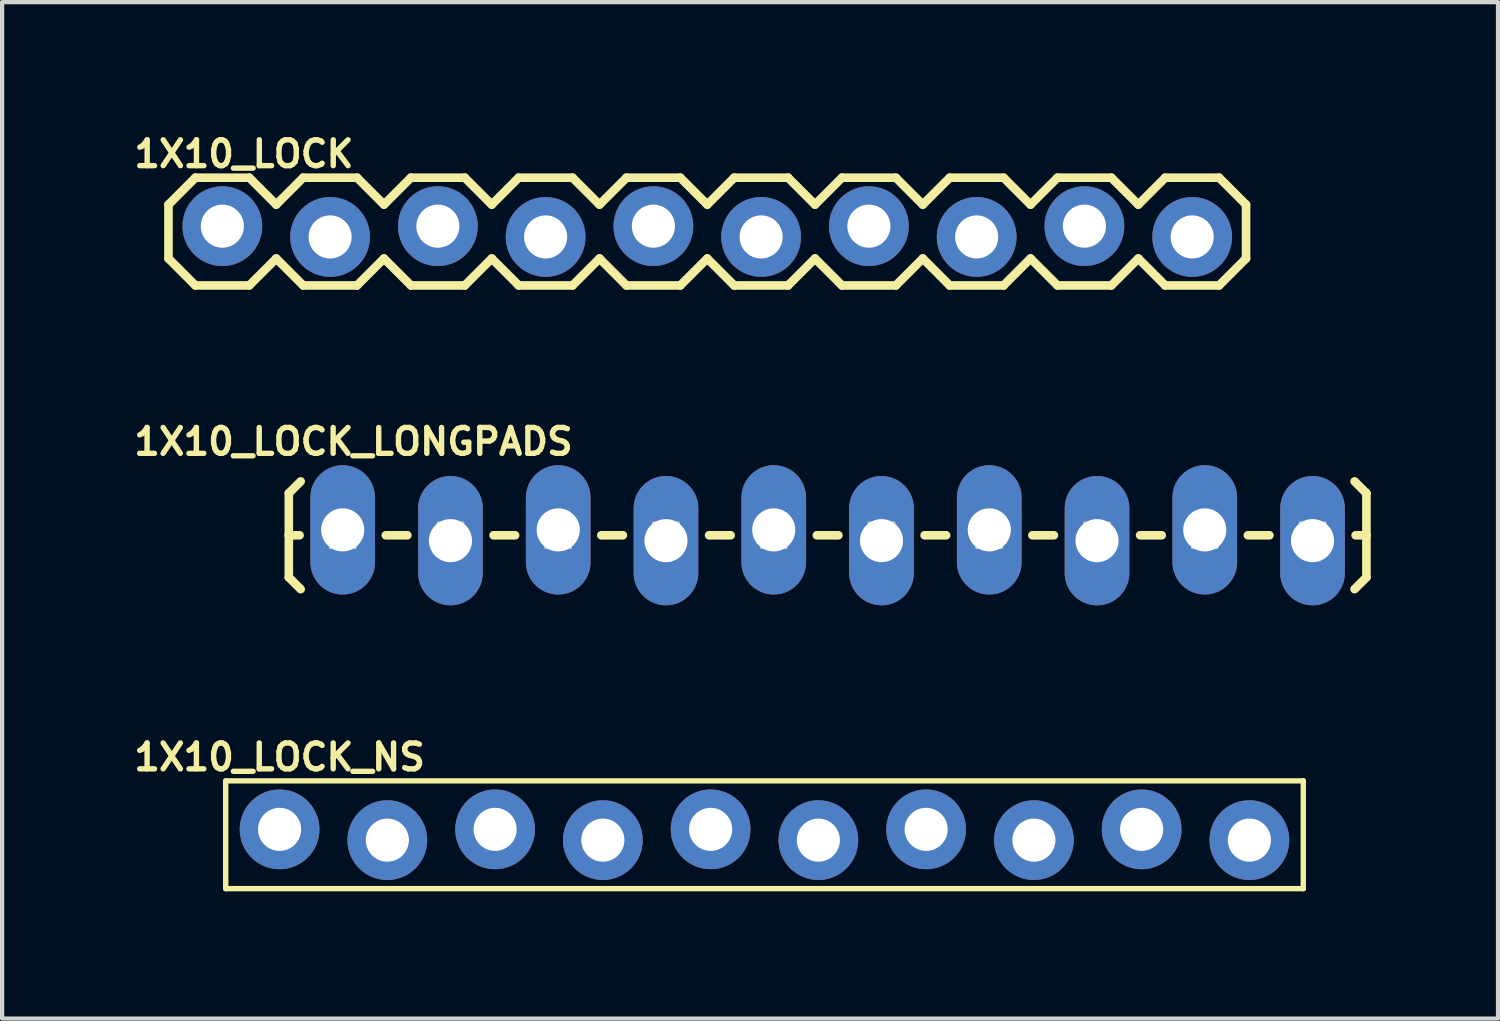
<source format=kicad_pcb>
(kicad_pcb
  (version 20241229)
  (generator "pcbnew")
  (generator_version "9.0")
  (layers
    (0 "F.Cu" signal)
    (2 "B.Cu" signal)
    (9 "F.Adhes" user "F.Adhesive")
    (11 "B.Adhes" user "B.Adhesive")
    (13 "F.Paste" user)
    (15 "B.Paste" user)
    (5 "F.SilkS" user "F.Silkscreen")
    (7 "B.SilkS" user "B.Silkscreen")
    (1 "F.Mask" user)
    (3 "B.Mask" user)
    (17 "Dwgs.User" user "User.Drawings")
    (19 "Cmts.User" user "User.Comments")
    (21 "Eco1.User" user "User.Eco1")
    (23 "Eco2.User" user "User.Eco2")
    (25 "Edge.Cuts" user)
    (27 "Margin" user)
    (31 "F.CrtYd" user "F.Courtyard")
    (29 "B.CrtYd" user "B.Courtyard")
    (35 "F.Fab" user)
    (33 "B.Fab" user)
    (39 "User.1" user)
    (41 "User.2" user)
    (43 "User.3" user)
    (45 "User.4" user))
  (footprint "1X10_LOCK"
    (layer "F.Cu")
    (at 2.191 2.408)
    (property "Reference" "1X10_LOCK" (at 0.508 -1.829 0) (layer "F.SilkS") (effects (font (size 0.61 0.61) (thickness 0.127))))
    (attr exclude_from_pos_files exclude_from_bom)
    (fp_line (start -1.27 -0.635) (end -1.27 0.635) (stroke (width 0.203) (type solid)) (layer "F.SilkS"))
    (fp_line (start -1.27 0.635) (end -0.635 1.27) (stroke (width 0.203) (type solid)) (layer "F.SilkS"))
    (fp_line (start -0.635 -1.27) (end -1.27 -0.635) (stroke (width 0.203) (type solid)) (layer "F.SilkS"))
    (fp_line (start -0.635 -1.27) (end 0.635 -1.27) (stroke (width 0.203) (type solid)) (layer "F.SilkS"))
    (fp_line (start 0.635 -1.27) (end 1.27 -0.635) (stroke (width 0.203) (type solid)) (layer "F.SilkS"))
    (fp_line (start 0.635 1.27) (end -0.635 1.27) (stroke (width 0.203) (type solid)) (layer "F.SilkS"))
    (fp_line (start 1.27 -0.635) (end 1.905 -1.27) (stroke (width 0.203) (type solid)) (layer "F.SilkS"))
    (fp_line (start 1.27 0.635) (end 0.635 1.27) (stroke (width 0.203) (type solid)) (layer "F.SilkS"))
    (fp_line (start 1.905 -1.27) (end 3.175 -1.27) (stroke (width 0.203) (type solid)) (layer "F.SilkS"))
    (fp_line (start 1.905 1.27) (end 1.27 0.635) (stroke (width 0.203) (type solid)) (layer "F.SilkS"))
    (fp_line (start 3.175 -1.27) (end 3.81 -0.635) (stroke (width 0.203) (type solid)) (layer "F.SilkS"))
    (fp_line (start 3.175 1.27) (end 1.905 1.27) (stroke (width 0.203) (type solid)) (layer "F.SilkS"))
    (fp_line (start 3.81 -0.635) (end 4.445 -1.27) (stroke (width 0.203) (type solid)) (layer "F.SilkS"))
    (fp_line (start 3.81 0.635) (end 3.175 1.27) (stroke (width 0.203) (type solid)) (layer "F.SilkS"))
    (fp_line (start 4.445 -1.27) (end 5.715 -1.27) (stroke (width 0.203) (type solid)) (layer "F.SilkS"))
    (fp_line (start 4.445 1.27) (end 3.81 0.635) (stroke (width 0.203) (type solid)) (layer "F.SilkS"))
    (fp_line (start 5.715 -1.27) (end 6.35 -0.635) (stroke (width 0.203) (type solid)) (layer "F.SilkS"))
    (fp_line (start 5.715 1.27) (end 4.445 1.27) (stroke (width 0.203) (type solid)) (layer "F.SilkS"))
    (fp_line (start 6.35 0.635) (end 5.715 1.27) (stroke (width 0.203) (type solid)) (layer "F.SilkS"))
    (fp_line (start 6.35 0.635) (end 6.985 1.27) (stroke (width 0.203) (type solid)) (layer "F.SilkS"))
    (fp_line (start 6.985 -1.27) (end 6.35 -0.635) (stroke (width 0.203) (type solid)) (layer "F.SilkS"))
    (fp_line (start 6.985 -1.27) (end 8.255 -1.27) (stroke (width 0.203) (type solid)) (layer "F.SilkS"))
    (fp_line (start 8.255 -1.27) (end 8.89 -0.635) (stroke (width 0.203) (type solid)) (layer "F.SilkS"))
    (fp_line (start 8.255 1.27) (end 6.985 1.27) (stroke (width 0.203) (type solid)) (layer "F.SilkS"))
    (fp_line (start 8.89 -0.635) (end 9.525 -1.27) (stroke (width 0.203) (type solid)) (layer "F.SilkS"))
    (fp_line (start 8.89 0.635) (end 8.255 1.27) (stroke (width 0.203) (type solid)) (layer "F.SilkS"))
    (fp_line (start 9.525 -1.27) (end 10.795 -1.27) (stroke (width 0.203) (type solid)) (layer "F.SilkS"))
    (fp_line (start 9.525 1.27) (end 8.89 0.635) (stroke (width 0.203) (type solid)) (layer "F.SilkS"))
    (fp_line (start 10.795 -1.27) (end 11.43 -0.635) (stroke (width 0.203) (type solid)) (layer "F.SilkS"))
    (fp_line (start 10.795 1.27) (end 9.525 1.27) (stroke (width 0.203) (type solid)) (layer "F.SilkS"))
    (fp_line (start 11.43 -0.635) (end 12.065 -1.27) (stroke (width 0.203) (type solid)) (layer "F.SilkS"))
    (fp_line (start 11.43 0.635) (end 10.795 1.27) (stroke (width 0.203) (type solid)) (layer "F.SilkS"))
    (fp_line (start 12.065 -1.27) (end 13.335 -1.27) (stroke (width 0.203) (type solid)) (layer "F.SilkS"))
    (fp_line (start 12.065 1.27) (end 11.43 0.635) (stroke (width 0.203) (type solid)) (layer "F.SilkS"))
    (fp_line (start 13.335 -1.27) (end 13.97 -0.635) (stroke (width 0.203) (type solid)) (layer "F.SilkS"))
    (fp_line (start 13.335 1.27) (end 12.065 1.27) (stroke (width 0.203) (type solid)) (layer "F.SilkS"))
    (fp_line (start 13.97 0.635) (end 13.335 1.27) (stroke (width 0.203) (type solid)) (layer "F.SilkS"))
    (fp_line (start 13.97 0.635) (end 14.605 1.27) (stroke (width 0.203) (type solid)) (layer "F.SilkS"))
    (fp_line (start 14.605 -1.27) (end 13.97 -0.635) (stroke (width 0.203) (type solid)) (layer "F.SilkS"))
    (fp_line (start 14.605 -1.27) (end 15.875 -1.27) (stroke (width 0.203) (type solid)) (layer "F.SilkS"))
    (fp_line (start 15.875 -1.27) (end 16.51 -0.635) (stroke (width 0.203) (type solid)) (layer "F.SilkS"))
    (fp_line (start 15.875 1.27) (end 14.605 1.27) (stroke (width 0.203) (type solid)) (layer "F.SilkS"))
    (fp_line (start 16.51 0.635) (end 15.875 1.27) (stroke (width 0.203) (type solid)) (layer "F.SilkS"))
    (fp_line (start 16.51 0.635) (end 17.145 1.27) (stroke (width 0.203) (type solid)) (layer "F.SilkS"))
    (fp_line (start 17.145 -1.27) (end 16.51 -0.635) (stroke (width 0.203) (type solid)) (layer "F.SilkS"))
    (fp_line (start 17.145 -1.27) (end 18.415 -1.27) (stroke (width 0.203) (type solid)) (layer "F.SilkS"))
    (fp_line (start 18.415 -1.27) (end 19.05 -0.635) (stroke (width 0.203) (type solid)) (layer "F.SilkS"))
    (fp_line (start 18.415 1.27) (end 17.145 1.27) (stroke (width 0.203) (type solid)) (layer "F.SilkS"))
    (fp_line (start 19.05 0.635) (end 18.415 1.27) (stroke (width 0.203) (type solid)) (layer "F.SilkS"))
    (fp_line (start 19.05 0.635) (end 19.685 1.27) (stroke (width 0.203) (type solid)) (layer "F.SilkS"))
    (fp_line (start 19.685 -1.27) (end 19.05 -0.635) (stroke (width 0.203) (type solid)) (layer "F.SilkS"))
    (fp_line (start 19.685 -1.27) (end 20.955 -1.27) (stroke (width 0.203) (type solid)) (layer "F.SilkS"))
    (fp_line (start 20.955 -1.27) (end 21.59 -0.635) (stroke (width 0.203) (type solid)) (layer "F.SilkS"))
    (fp_line (start 20.955 1.27) (end 19.685 1.27) (stroke (width 0.203) (type solid)) (layer "F.SilkS"))
    (fp_line (start 21.59 0.635) (end 20.955 1.27) (stroke (width 0.203) (type solid)) (layer "F.SilkS"))
    (fp_line (start 21.59 0.635) (end 22.225 1.27) (stroke (width 0.203) (type solid)) (layer "F.SilkS"))
    (fp_line (start 22.225 -1.27) (end 21.59 -0.635) (stroke (width 0.203) (type solid)) (layer "F.SilkS"))
    (fp_line (start 22.225 -1.27) (end 23.495 -1.27) (stroke (width 0.203) (type solid)) (layer "F.SilkS"))
    (fp_line (start 23.495 -1.27) (end 24.13 -0.635) (stroke (width 0.203) (type solid)) (layer "F.SilkS"))
    (fp_line (start 23.495 1.27) (end 22.225 1.27) (stroke (width 0.203) (type solid)) (layer "F.SilkS"))
    (fp_line (start 24.13 -0.635) (end 24.13 0.635) (stroke (width 0.203) (type solid)) (layer "F.SilkS"))
    (fp_line (start 24.13 0.635) (end 23.495 1.27) (stroke (width 0.203) (type solid)) (layer "F.SilkS"))
    (fp_line (start -0.254 -0.254) (end 0.254 -0.254) (stroke (width 0.066) (type solid)) (layer "Dwgs.User"))
    (fp_line (start -0.254 0.254) (end -0.254 -0.254) (stroke (width 0.066) (type solid)) (layer "Dwgs.User"))
    (fp_line (start -0.254 0.254) (end 0.254 0.254) (stroke (width 0.066) (type solid)) (layer "Dwgs.User"))
    (fp_line (start 0.254 0.254) (end 0.254 -0.254) (stroke (width 0.066) (type solid)) (layer "Dwgs.User"))
    (fp_line (start 2.286 -0.254) (end 2.794 -0.254) (stroke (width 0.066) (type solid)) (layer "Dwgs.User"))
    (fp_line (start 2.286 0.254) (end 2.286 -0.254) (stroke (width 0.066) (type solid)) (layer "Dwgs.User"))
    (fp_line (start 2.286 0.254) (end 2.794 0.254) (stroke (width 0.066) (type solid)) (layer "Dwgs.User"))
    (fp_line (start 2.794 0.254) (end 2.794 -0.254) (stroke (width 0.066) (type solid)) (layer "Dwgs.User"))
    (fp_line (start 4.826 -0.254) (end 5.334 -0.254) (stroke (width 0.066) (type solid)) (layer "Dwgs.User"))
    (fp_line (start 4.826 0.254) (end 4.826 -0.254) (stroke (width 0.066) (type solid)) (layer "Dwgs.User"))
    (fp_line (start 4.826 0.254) (end 5.334 0.254) (stroke (width 0.066) (type solid)) (layer "Dwgs.User"))
    (fp_line (start 5.334 0.254) (end 5.334 -0.254) (stroke (width 0.066) (type solid)) (layer "Dwgs.User"))
    (fp_line (start 7.366 -0.254) (end 7.874 -0.254) (stroke (width 0.066) (type solid)) (layer "Dwgs.User"))
    (fp_line (start 7.366 0.254) (end 7.366 -0.254) (stroke (width 0.066) (type solid)) (layer "Dwgs.User"))
    (fp_line (start 7.366 0.254) (end 7.874 0.254) (stroke (width 0.066) (type solid)) (layer "Dwgs.User"))
    (fp_line (start 7.874 0.254) (end 7.874 -0.254) (stroke (width 0.066) (type solid)) (layer "Dwgs.User"))
    (fp_line (start 9.906 -0.254) (end 10.414 -0.254) (stroke (width 0.066) (type solid)) (layer "Dwgs.User"))
    (fp_line (start 9.906 0.254) (end 9.906 -0.254) (stroke (width 0.066) (type solid)) (layer "Dwgs.User"))
    (fp_line (start 9.906 0.254) (end 10.414 0.254) (stroke (width 0.066) (type solid)) (layer "Dwgs.User"))
    (fp_line (start 10.414 0.254) (end 10.414 -0.254) (stroke (width 0.066) (type solid)) (layer "Dwgs.User"))
    (fp_line (start 12.446 -0.254) (end 12.954 -0.254) (stroke (width 0.066) (type solid)) (layer "Dwgs.User"))
    (fp_line (start 12.446 0.254) (end 12.446 -0.254) (stroke (width 0.066) (type solid)) (layer "Dwgs.User"))
    (fp_line (start 12.446 0.254) (end 12.954 0.254) (stroke (width 0.066) (type solid)) (layer "Dwgs.User"))
    (fp_line (start 12.954 0.254) (end 12.954 -0.254) (stroke (width 0.066) (type solid)) (layer "Dwgs.User"))
    (fp_line (start 14.986 -0.254) (end 15.494 -0.254) (stroke (width 0.066) (type solid)) (layer "Dwgs.User"))
    (fp_line (start 14.986 0.254) (end 14.986 -0.254) (stroke (width 0.066) (type solid)) (layer "Dwgs.User"))
    (fp_line (start 14.986 0.254) (end 15.494 0.254) (stroke (width 0.066) (type solid)) (layer "Dwgs.User"))
    (fp_line (start 15.494 0.254) (end 15.494 -0.254) (stroke (width 0.066) (type solid)) (layer "Dwgs.User"))
    (fp_line (start 17.523 -0.254) (end 18.034 -0.254) (stroke (width 0.066) (type solid)) (layer "Dwgs.User"))
    (fp_line (start 17.523 0.254) (end 17.523 -0.254) (stroke (width 0.066) (type solid)) (layer "Dwgs.User"))
    (fp_line (start 17.523 0.254) (end 18.034 0.254) (stroke (width 0.066) (type solid)) (layer "Dwgs.User"))
    (fp_line (start 18.034 0.254) (end 18.034 -0.254) (stroke (width 0.066) (type solid)) (layer "Dwgs.User"))
    (fp_line (start 20.066 -0.254) (end 20.574 -0.254) (stroke (width 0.066) (type solid)) (layer "Dwgs.User"))
    (fp_line (start 20.066 0.254) (end 20.066 -0.254) (stroke (width 0.066) (type solid)) (layer "Dwgs.User"))
    (fp_line (start 20.066 0.254) (end 20.574 0.254) (stroke (width 0.066) (type solid)) (layer "Dwgs.User"))
    (fp_line (start 20.574 0.254) (end 20.574 -0.254) (stroke (width 0.066) (type solid)) (layer "Dwgs.User"))
    (fp_line (start 22.606 -0.254) (end 23.114 -0.254) (stroke (width 0.066) (type solid)) (layer "Dwgs.User"))
    (fp_line (start 22.606 0.254) (end 22.606 -0.254) (stroke (width 0.066) (type solid)) (layer "Dwgs.User"))
    (fp_line (start 22.606 0.254) (end 23.114 0.254) (stroke (width 0.066) (type solid)) (layer "Dwgs.User"))
    (fp_line (start 23.114 0.254) (end 23.114 -0.254) (stroke (width 0.066) (type solid)) (layer "Dwgs.User"))
    (pad "1" thru_hole circle (at 0 -0.127) (size 1.88 1.88) (drill 1.016) (layers "*.Cu" "*.Paste" "*.Mask"))
    (pad "2" thru_hole circle (at 2.54 0.127) (size 1.88 1.88) (drill 1.016) (layers "*.Cu" "*.Paste" "*.Mask"))
    (pad "3" thru_hole circle (at 5.08 -0.127) (size 1.88 1.88) (drill 1.016) (layers "*.Cu" "*.Paste" "*.Mask"))
    (pad "4" thru_hole circle (at 7.62 0.127) (size 1.88 1.88) (drill 1.016) (layers "*.Cu" "*.Paste" "*.Mask"))
    (pad "5" thru_hole circle (at 10.16 -0.127) (size 1.88 1.88) (drill 1.016) (layers "*.Cu" "*.Paste" "*.Mask"))
    (pad "6" thru_hole circle (at 12.7 0.127) (size 1.88 1.88) (drill 1.016) (layers "*.Cu" "*.Paste" "*.Mask"))
    (pad "7" thru_hole circle (at 15.24 -0.127) (size 1.88 1.88) (drill 1.016) (layers "*.Cu" "*.Paste" "*.Mask"))
    (pad "8" thru_hole circle (at 17.78 0.127) (size 1.88 1.88) (drill 1.016) (layers "*.Cu" "*.Paste" "*.Mask"))
    (pad "9" thru_hole circle (at 20.32 -0.127) (size 1.88 1.88) (drill 1.016) (layers "*.Cu" "*.Paste" "*.Mask"))
    (pad "10" thru_hole circle (at 22.86 0.127) (size 1.88 1.88) (drill 1.016) (layers "*.Cu" "*.Paste" "*.Mask")))
  (footprint "1X10_LOCK_NS"
    (layer "F.Cu")
    (at 3.54 16.626)
    (property "Reference" "1X10_LOCK_NS" (at 0 -1.829 0) (layer "F.SilkS") (effects (font (size 0.61 0.61) (thickness 0.127))))
    (attr exclude_from_pos_files exclude_from_bom)
    (fp_line (start -1.27 -1.27) (end -1.27 1.27) (stroke (width 0.127) (type solid)) (layer "F.SilkS"))
    (fp_line (start -1.27 -1.27) (end 24.13 -1.27) (stroke (width 0.127) (type solid)) (layer "F.SilkS"))
    (fp_line (start -1.27 1.27) (end 24.13 1.27) (stroke (width 0.127) (type solid)) (layer "F.SilkS"))
    (fp_line (start 24.13 1.27) (end 24.13 -1.27) (stroke (width 0.127) (type solid)) (layer "F.SilkS"))
    (pad "1" thru_hole circle (at 0 -0.127) (size 1.88 1.88) (drill 1.016) (layers "*.Cu" "*.Paste" "*.Mask"))
    (pad "2" thru_hole circle (at 2.54 0.127) (size 1.88 1.88) (drill 1.016) (layers "*.Cu" "*.Paste" "*.Mask"))
    (pad "3" thru_hole circle (at 5.08 -0.127) (size 1.88 1.88) (drill 1.016) (layers "*.Cu" "*.Paste" "*.Mask"))
    (pad "4" thru_hole circle (at 7.62 0.127) (size 1.88 1.88) (drill 1.016) (layers "*.Cu" "*.Paste" "*.Mask"))
    (pad "5" thru_hole circle (at 10.16 -0.127) (size 1.88 1.88) (drill 1.016) (layers "*.Cu" "*.Paste" "*.Mask"))
    (pad "6" thru_hole circle (at 12.7 0.127) (size 1.88 1.88) (drill 1.016) (layers "*.Cu" "*.Paste" "*.Mask"))
    (pad "7" thru_hole circle (at 15.24 -0.127) (size 1.88 1.88) (drill 1.016) (layers "*.Cu" "*.Paste" "*.Mask"))
    (pad "8" thru_hole circle (at 17.78 0.127) (size 1.88 1.88) (drill 1.016) (layers "*.Cu" "*.Paste" "*.Mask"))
    (pad "9" thru_hole circle (at 20.32 -0.127) (size 1.88 1.88) (drill 1.016) (layers "*.Cu" "*.Paste" "*.Mask"))
    (pad "10" thru_hole circle (at 22.86 0.127) (size 1.88 1.88) (drill 1.016) (layers "*.Cu" "*.Paste" "*.Mask")))
  (footprint "1X10_LOCK_LONGPADS"
    (layer "F.Cu")
    (at 5.028 9.567)
    (property "Reference" "1X10_LOCK_LONGPADS" (at 0.254 -2.207 0) (layer "F.SilkS") (effects (font (size 0.61 0.61) (thickness 0.127))))
    (attr exclude_from_pos_files exclude_from_bom)
    (fp_line (start -1.27 -0.991) (end -0.991 -1.27) (stroke (width 0.203) (type solid)) (layer "F.SilkS"))
    (fp_line (start -1.27 0) (end -1.27 -0.991) (stroke (width 0.203) (type solid)) (layer "F.SilkS"))
    (fp_line (start -1.27 0) (end -1.27 0.991) (stroke (width 0.203) (type solid)) (layer "F.SilkS"))
    (fp_line (start -1.27 0) (end -1.016 0) (stroke (width 0.203) (type solid)) (layer "F.SilkS"))
    (fp_line (start -1.27 0.991) (end -0.991 1.27) (stroke (width 0.203) (type solid)) (layer "F.SilkS"))
    (fp_line (start 1.524 0) (end 1.016 0) (stroke (width 0.203) (type solid)) (layer "F.SilkS"))
    (fp_line (start 4.064 0) (end 3.556 0) (stroke (width 0.203) (type solid)) (layer "F.SilkS"))
    (fp_line (start 6.604 0) (end 6.096 0) (stroke (width 0.203) (type solid)) (layer "F.SilkS"))
    (fp_line (start 9.144 0) (end 8.636 0) (stroke (width 0.203) (type solid)) (layer "F.SilkS"))
    (fp_line (start 11.684 0) (end 11.176 0) (stroke (width 0.203) (type solid)) (layer "F.SilkS"))
    (fp_line (start 14.224 0) (end 13.716 0) (stroke (width 0.203) (type solid)) (layer "F.SilkS"))
    (fp_line (start 16.764 0) (end 16.256 0) (stroke (width 0.203) (type solid)) (layer "F.SilkS"))
    (fp_line (start 19.304 0) (end 18.796 0) (stroke (width 0.203) (type solid)) (layer "F.SilkS"))
    (fp_line (start 21.844 0) (end 21.336 0) (stroke (width 0.203) (type solid)) (layer "F.SilkS"))
    (fp_line (start 24.13 -0.991) (end 23.851 -1.27) (stroke (width 0.203) (type solid)) (layer "F.SilkS"))
    (fp_line (start 24.13 0) (end 23.876 0) (stroke (width 0.203) (type solid)) (layer "F.SilkS"))
    (fp_line (start 24.13 0) (end 24.13 -0.991) (stroke (width 0.203) (type solid)) (layer "F.SilkS"))
    (fp_line (start 24.13 0) (end 24.13 0.991) (stroke (width 0.203) (type solid)) (layer "F.SilkS"))
    (fp_line (start 24.13 0.991) (end 23.851 1.27) (stroke (width 0.203) (type solid)) (layer "F.SilkS"))
    (fp_line (start -0.292 -0.292) (end 0.292 -0.292) (stroke (width 0.066) (type solid)) (layer "Dwgs.User"))
    (fp_line (start -0.292 0.292) (end -0.292 -0.292) (stroke (width 0.066) (type solid)) (layer "Dwgs.User"))
    (fp_line (start -0.292 0.292) (end 0.292 0.292) (stroke (width 0.066) (type solid)) (layer "Dwgs.User"))
    (fp_line (start 0.292 0.292) (end 0.292 -0.292) (stroke (width 0.066) (type solid)) (layer "Dwgs.User"))
    (fp_line (start 2.248 -0.292) (end 2.832 -0.292) (stroke (width 0.066) (type solid)) (layer "Dwgs.User"))
    (fp_line (start 2.248 0.292) (end 2.248 -0.292) (stroke (width 0.066) (type solid)) (layer "Dwgs.User"))
    (fp_line (start 2.248 0.292) (end 2.832 0.292) (stroke (width 0.066) (type solid)) (layer "Dwgs.User"))
    (fp_line (start 2.832 0.292) (end 2.832 -0.292) (stroke (width 0.066) (type solid)) (layer "Dwgs.User"))
    (fp_line (start 4.788 -0.292) (end 5.372 -0.292) (stroke (width 0.066) (type solid)) (layer "Dwgs.User"))
    (fp_line (start 4.788 0.292) (end 4.788 -0.292) (stroke (width 0.066) (type solid)) (layer "Dwgs.User"))
    (fp_line (start 4.788 0.292) (end 5.372 0.292) (stroke (width 0.066) (type solid)) (layer "Dwgs.User"))
    (fp_line (start 5.372 0.292) (end 5.372 -0.292) (stroke (width 0.066) (type solid)) (layer "Dwgs.User"))
    (fp_line (start 7.328 -0.292) (end 7.912 -0.292) (stroke (width 0.066) (type solid)) (layer "Dwgs.User"))
    (fp_line (start 7.328 0.292) (end 7.328 -0.292) (stroke (width 0.066) (type solid)) (layer "Dwgs.User"))
    (fp_line (start 7.328 0.292) (end 7.912 0.292) (stroke (width 0.066) (type solid)) (layer "Dwgs.User"))
    (fp_line (start 7.912 0.292) (end 7.912 -0.292) (stroke (width 0.066) (type solid)) (layer "Dwgs.User"))
    (fp_line (start 9.868 -0.292) (end 10.452 -0.292) (stroke (width 0.066) (type solid)) (layer "Dwgs.User"))
    (fp_line (start 9.868 0.292) (end 9.868 -0.292) (stroke (width 0.066) (type solid)) (layer "Dwgs.User"))
    (fp_line (start 9.868 0.292) (end 10.452 0.292) (stroke (width 0.066) (type solid)) (layer "Dwgs.User"))
    (fp_line (start 10.452 0.292) (end 10.452 -0.292) (stroke (width 0.066) (type solid)) (layer "Dwgs.User"))
    (fp_line (start 12.408 -0.292) (end 12.992 -0.292) (stroke (width 0.066) (type solid)) (layer "Dwgs.User"))
    (fp_line (start 12.408 0.292) (end 12.408 -0.292) (stroke (width 0.066) (type solid)) (layer "Dwgs.User"))
    (fp_line (start 12.408 0.292) (end 12.992 0.292) (stroke (width 0.066) (type solid)) (layer "Dwgs.User"))
    (fp_line (start 12.992 0.292) (end 12.992 -0.292) (stroke (width 0.066) (type solid)) (layer "Dwgs.User"))
    (fp_line (start 14.948 -0.292) (end 15.532 -0.292) (stroke (width 0.066) (type solid)) (layer "Dwgs.User"))
    (fp_line (start 14.948 0.292) (end 14.948 -0.292) (stroke (width 0.066) (type solid)) (layer "Dwgs.User"))
    (fp_line (start 14.948 0.292) (end 15.532 0.292) (stroke (width 0.066) (type solid)) (layer "Dwgs.User"))
    (fp_line (start 15.532 0.292) (end 15.532 -0.292) (stroke (width 0.066) (type solid)) (layer "Dwgs.User"))
    (fp_line (start 17.488 -0.292) (end 18.072 -0.292) (stroke (width 0.066) (type solid)) (layer "Dwgs.User"))
    (fp_line (start 17.488 0.292) (end 17.488 -0.292) (stroke (width 0.066) (type solid)) (layer "Dwgs.User"))
    (fp_line (start 17.488 0.292) (end 18.072 0.292) (stroke (width 0.066) (type solid)) (layer "Dwgs.User"))
    (fp_line (start 18.072 0.292) (end 18.072 -0.292) (stroke (width 0.066) (type solid)) (layer "Dwgs.User"))
    (fp_line (start 20.028 -0.292) (end 20.612 -0.292) (stroke (width 0.066) (type solid)) (layer "Dwgs.User"))
    (fp_line (start 20.028 0.292) (end 20.028 -0.292) (stroke (width 0.066) (type solid)) (layer "Dwgs.User"))
    (fp_line (start 20.028 0.292) (end 20.612 0.292) (stroke (width 0.066) (type solid)) (layer "Dwgs.User"))
    (fp_line (start 20.612 0.292) (end 20.612 -0.292) (stroke (width 0.066) (type solid)) (layer "Dwgs.User"))
    (fp_line (start 22.568 -0.292) (end 23.152 -0.292) (stroke (width 0.066) (type solid)) (layer "Dwgs.User"))
    (fp_line (start 22.568 0.292) (end 22.568 -0.292) (stroke (width 0.066) (type solid)) (layer "Dwgs.User"))
    (fp_line (start 22.568 0.292) (end 23.152 0.292) (stroke (width 0.066) (type solid)) (layer "Dwgs.User"))
    (fp_line (start 23.152 0.292) (end 23.152 -0.292) (stroke (width 0.066) (type solid)) (layer "Dwgs.User"))
    (pad "1" thru_hole oval (at 0 -0.127 180) (size 1.524 3.048) (drill 1.016) (layers "*.Cu" "*.Paste" "*.Mask"))
    (pad "2" thru_hole oval (at 2.54 0.127 180) (size 1.524 3.048) (drill 1.016) (layers "*.Cu" "*.Paste" "*.Mask"))
    (pad "3" thru_hole oval (at 5.08 -0.127 180) (size 1.524 3.048) (drill 1.016) (layers "*.Cu" "*.Paste" "*.Mask"))
    (pad "4" thru_hole oval (at 7.62 0.127 180) (size 1.524 3.048) (drill 1.016) (layers "*.Cu" "*.Paste" "*.Mask"))
    (pad "5" thru_hole oval (at 10.16 -0.127 180) (size 1.524 3.048) (drill 1.016) (layers "*.Cu" "*.Paste" "*.Mask"))
    (pad "6" thru_hole oval (at 12.7 0.127 180) (size 1.524 3.048) (drill 1.016) (layers "*.Cu" "*.Paste" "*.Mask"))
    (pad "7" thru_hole oval (at 15.24 -0.127 180) (size 1.524 3.048) (drill 1.016) (layers "*.Cu" "*.Paste" "*.Mask"))
    (pad "8" thru_hole oval (at 17.78 0.127 180) (size 1.524 3.048) (drill 1.016) (layers "*.Cu" "*.Paste" "*.Mask"))
    (pad "9" thru_hole oval (at 20.32 -0.127 180) (size 1.524 3.048) (drill 1.016) (layers "*.Cu" "*.Paste" "*.Mask"))
    (pad "10" thru_hole oval (at 22.86 0.127 180) (size 1.524 3.048) (drill 1.016) (layers "*.Cu" "*.Paste" "*.Mask")))
  (gr_rect
    (start -3 -3)
    (end 32.26 20.959)
    (stroke (width 0.1) (type default))
    (fill no)
    (layer "Edge.Cuts")))
</source>
